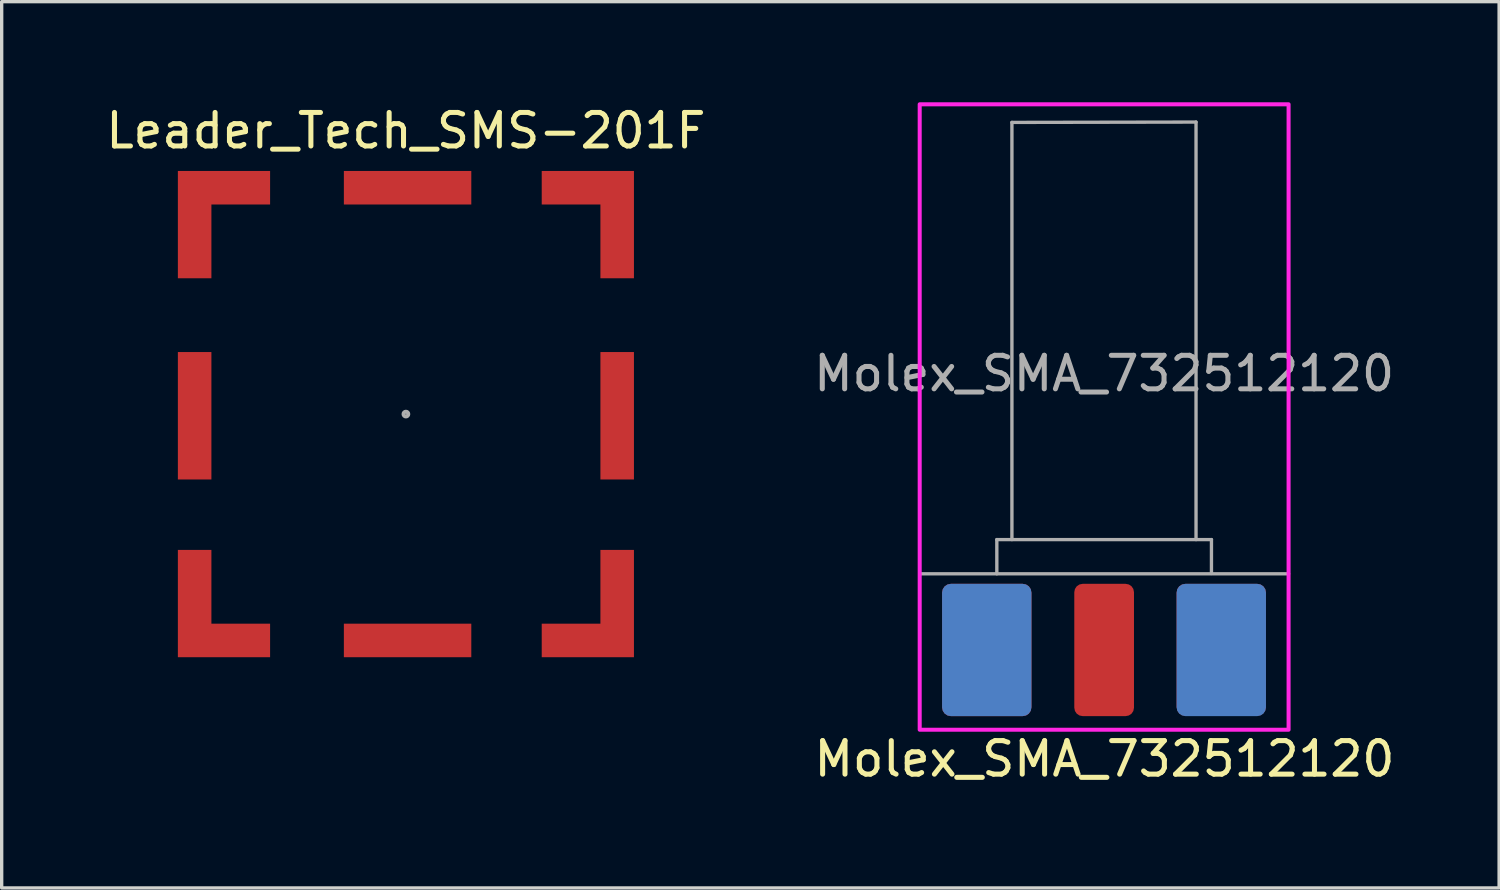
<source format=kicad_pcb>
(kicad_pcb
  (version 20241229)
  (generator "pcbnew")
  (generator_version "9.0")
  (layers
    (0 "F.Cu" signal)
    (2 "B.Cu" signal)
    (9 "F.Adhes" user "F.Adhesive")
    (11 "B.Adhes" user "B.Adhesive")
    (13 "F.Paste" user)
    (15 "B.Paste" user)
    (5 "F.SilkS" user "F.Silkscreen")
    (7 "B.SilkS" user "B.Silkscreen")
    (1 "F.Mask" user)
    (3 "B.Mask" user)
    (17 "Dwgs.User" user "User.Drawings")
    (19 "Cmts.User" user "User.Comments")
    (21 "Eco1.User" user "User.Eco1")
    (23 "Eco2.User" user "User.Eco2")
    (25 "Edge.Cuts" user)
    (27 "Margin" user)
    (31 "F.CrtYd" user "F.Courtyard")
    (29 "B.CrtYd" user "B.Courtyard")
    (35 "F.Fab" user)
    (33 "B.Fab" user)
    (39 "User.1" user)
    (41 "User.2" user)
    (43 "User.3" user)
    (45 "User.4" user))
  (footprint "Molex_SMA_732512120"
    (layer "F.Cu")
    (at 29.875 14.06)
    (property "Reference" "Molex_SMA_732512120" (at 0.01 5.52 0) (unlocked yes) (layer "F.SilkS") (effects (font (size 1 1) (thickness 0.15))))
    (attr smd)
    (fp_rect (start -5.5 4.65) (end 5.5 -14) (stroke (width 0.12) (type solid)) (fill no) (layer "F.CrtYd"))
    (fp_line (start -5.5 0) (end 5.5 0) (stroke (width 0.1) (type solid)) (layer "F.Fab"))
    (fp_line (start -3.2 -1.02) (end -3.2 0) (stroke (width 0.1) (type solid)) (layer "F.Fab"))
    (fp_line (start -3.2 -1.02) (end 3.2 -1.02) (stroke (width 0.1) (type solid)) (layer "F.Fab"))
    (fp_line (start -2.75 -13.46) (end -2.75 -1.02) (stroke (width 0.1) (type solid)) (layer "F.Fab"))
    (fp_line (start 2.74 -13.47) (end -2.75 -13.46) (stroke (width 0.1) (type solid)) (layer "F.Fab"))
    (fp_line (start 2.74 -1.02) (end 2.74 -13.47) (stroke (width 0.1) (type solid)) (layer "F.Fab"))
    (fp_line (start 3.2 -1.02) (end 3.2 -0.01) (stroke (width 0.1) (type solid)) (layer "F.Fab"))
    (fp_text user "${REFERENCE}" (at 0 -5.97 0) (unlocked yes) (layer "F.Fab") (effects (font (size 1 1) (thickness 0.15))))
    (pad "1" smd roundrect (at 0 2.272 270) (size 3.945 1.78) (layers "F.Cu" "F.Mask" "F.Paste") (roundrect_rratio 0.14))
    (pad "2" smd roundrect (at -3.5 2.272 270) (size 3.945 2.665) (layers "F.Cu" "F.Mask" "F.Paste") (roundrect_rratio 0.098))
    (pad "2" smd roundrect (at -3.5 2.272 270) (size 3.945 2.665) (layers "B.Cu" "B.Mask" "B.Paste") (roundrect_rratio 0.098))
    (pad "2" smd roundrect (at 3.493 2.268 270) (size 3.935 2.665) (layers "F.Cu" "F.Mask" "F.Paste") (roundrect_rratio 0.098))
    (pad "2" smd roundrect (at 3.493 2.272 90) (size 3.945 2.665) (layers "B.Cu" "B.Mask" "B.Paste") (roundrect_rratio 0.098)))
  (footprint "Leader_Tech_SMS-201F"
    (layer "F.Cu")
    (at 9.054 9.298)
    (property "Reference" "Leader_Tech_SMS-201F" (at 0 -8.45 0) (layer "F.SilkS") (effects (font (size 1 1) (thickness 0.15))))
    (attr through_hole)
    (fp_circle (center 0 0) (end 0.05 -0.05) (stroke (width 0.12) (type solid)) (fill no) (layer "F.Fab"))
    (pad "1" smd custom (at -6.3 0) (size 1 1) (layers "F.Cu" "F.Mask" "F.Paste") (options (anchor circle)) (primitives (gr_poly (pts (xy 0.5 1.95) (xy -0.5 1.95) (xy -0.5 -1.85) (xy 0.5 -1.85)) (width 0) (fill yes))))
    (pad "1" smd custom (at -6.25 -6.7) (size 1 1) (layers "F.Cu" "F.Mask" "F.Paste") (options (anchor circle)) (primitives (gr_poly (pts (xy 2.2 0.45) (xy 0.45 0.45) (xy 0.45 2.65) (xy -0.55 2.65) (xy -0.55 -0.55) (xy 2.2 -0.55)) (width 0) (fill yes))))
    (pad "1" smd custom (at -6.25 6.7 180) (size 1 1) (layers "F.Cu" "F.Mask" "F.Paste") (options (anchor circle)) (primitives (gr_poly (pts (xy -2.2 0.45) (xy -0.45 0.45) (xy -0.45 2.65) (xy 0.55 2.65) (xy 0.55 -0.55) (xy -2.2 -0.55)) (width 0) (fill yes))))
    (pad "1" smd custom (at 0.05 -6.75) (size 1 1) (layers "F.Cu" "F.Mask" "F.Paste") (options (anchor circle)) (primitives (gr_poly (pts (xy 1.9 0.5) (xy -1.9 0.5) (xy -1.9 -0.5) (xy 1.9 -0.5)) (width 0) (fill yes))))
    (pad "1" smd custom (at 0.05 6.75) (size 1 1) (layers "F.Cu" "F.Mask" "F.Paste") (options (anchor circle)) (primitives (gr_poly (pts (xy 1.9 0.5) (xy -1.9 0.5) (xy -1.9 -0.5) (xy 1.9 -0.5)) (width 0) (fill yes))))
    (pad "1" smd custom (at 6.25 -6.7) (size 1 1) (layers "F.Cu" "F.Mask" "F.Paste") (options (anchor circle)) (primitives (gr_poly (pts (xy -2.2 0.45) (xy -0.45 0.45) (xy -0.45 2.65) (xy 0.55 2.65) (xy 0.55 -0.55) (xy -2.2 -0.55)) (width 0) (fill yes))))
    (pad "1" smd custom (at 6.25 6.7 180) (size 1 1) (layers "F.Cu" "F.Mask" "F.Paste") (options (anchor circle)) (primitives (gr_poly (pts (xy 2.2 0.45) (xy 0.45 0.45) (xy 0.45 2.65) (xy -0.55 2.65) (xy -0.55 -0.55) (xy 2.2 -0.55)) (width 0) (fill yes))))
    (pad "1" smd custom (at 6.3 0) (size 1 1) (layers "F.Cu" "F.Mask" "F.Paste") (options (anchor circle)) (primitives (gr_poly (pts (xy 0.5 1.95) (xy -0.5 1.95) (xy -0.5 -1.85) (xy 0.5 -1.85)) (width 0) (fill yes)))))
  (gr_rect
    (start -3 -3)
    (end 41.653 23.428)
    (stroke (width 0.1) (type default))
    (fill no)
    (layer "Edge.Cuts")))
</source>
